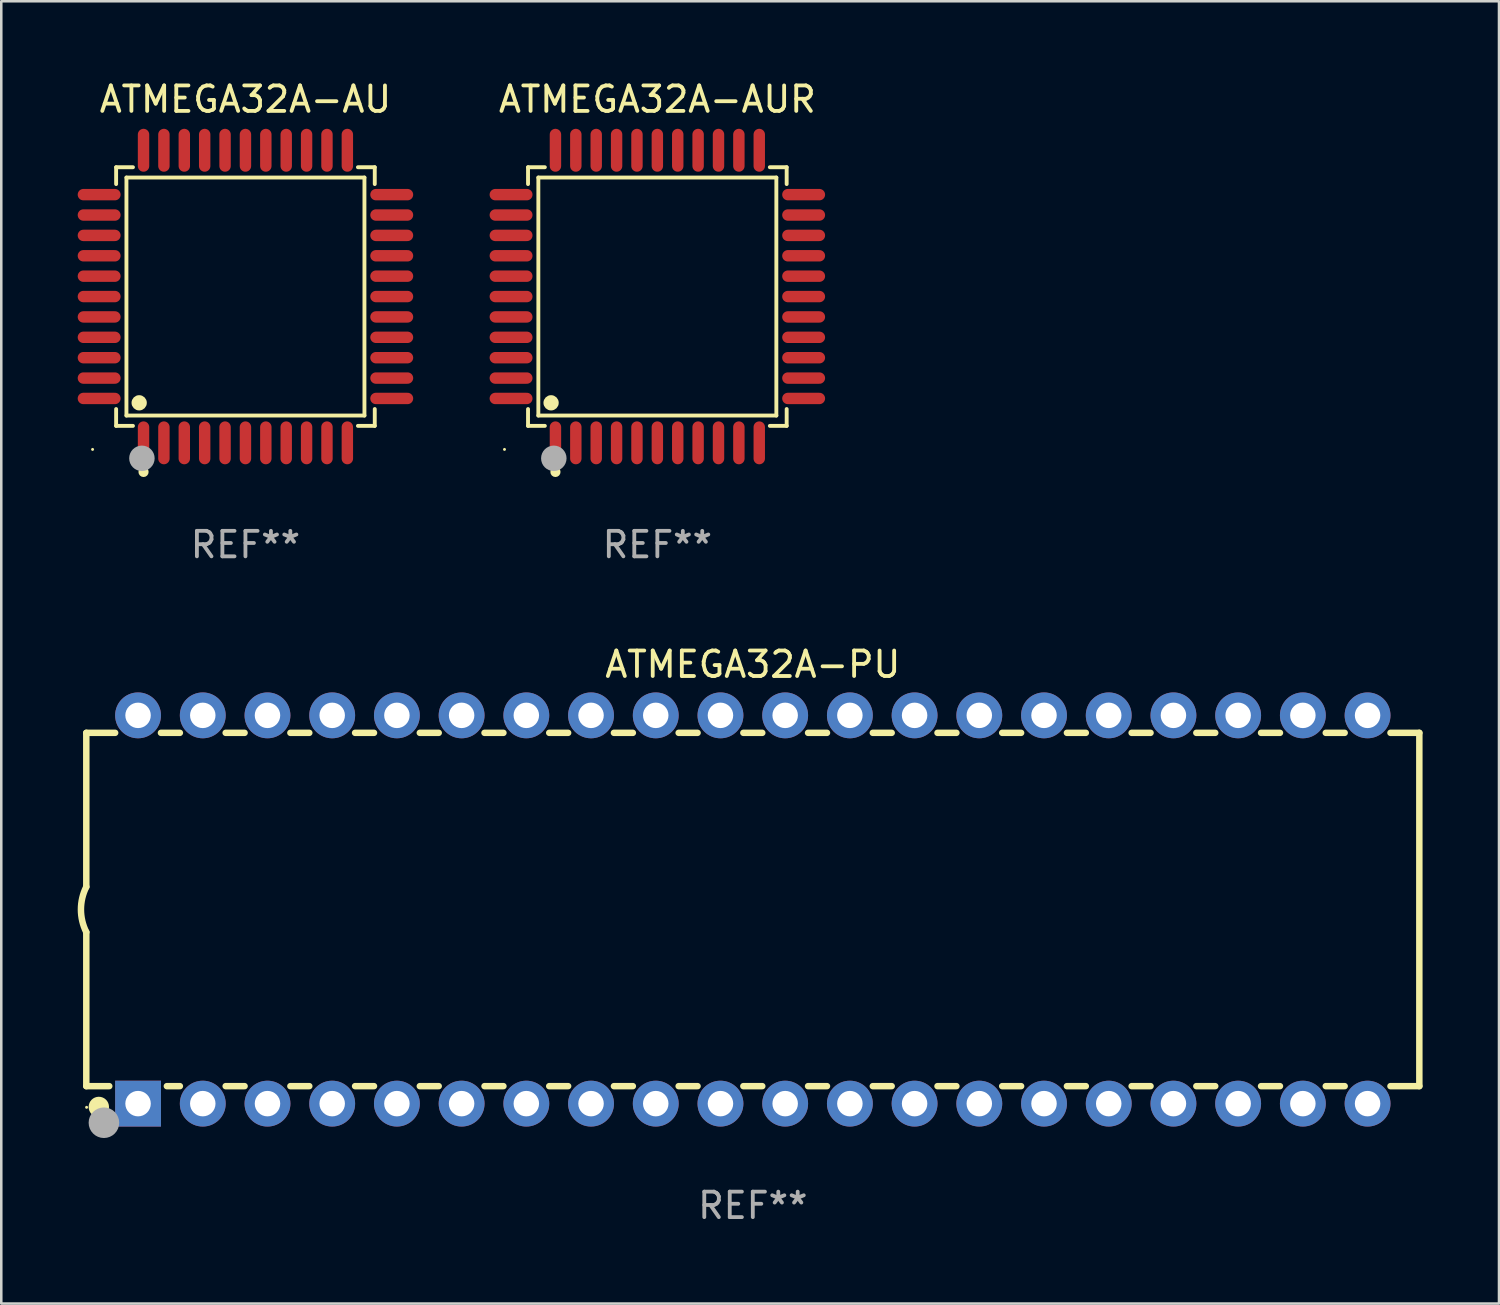
<source format=kicad_pcb>
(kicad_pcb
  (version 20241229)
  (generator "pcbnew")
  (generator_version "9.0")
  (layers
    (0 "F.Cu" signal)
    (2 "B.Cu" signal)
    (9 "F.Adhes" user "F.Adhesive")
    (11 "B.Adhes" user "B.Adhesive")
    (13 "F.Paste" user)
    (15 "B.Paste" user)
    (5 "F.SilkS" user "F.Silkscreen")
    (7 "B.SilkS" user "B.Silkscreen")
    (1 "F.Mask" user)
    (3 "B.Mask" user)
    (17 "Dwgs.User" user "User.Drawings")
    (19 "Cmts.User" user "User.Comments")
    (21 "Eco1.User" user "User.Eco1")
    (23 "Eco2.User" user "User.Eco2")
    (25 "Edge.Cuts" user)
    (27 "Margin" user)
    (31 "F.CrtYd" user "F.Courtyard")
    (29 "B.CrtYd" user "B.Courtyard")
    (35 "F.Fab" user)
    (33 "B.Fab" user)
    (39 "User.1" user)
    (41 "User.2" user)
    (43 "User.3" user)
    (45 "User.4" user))
  (footprint "ATMEGA32A-PU"
    (layer "F.Cu")
    (at 26.499 32.649)
    (property "Reference" "ATMEGA32A-PU" (at 0 -9.62 0) (layer "F.SilkS") (effects (font (size 1 1) (thickness 0.15))))
    (attr through_hole)
    (fp_line (start -26.162 -6.934) (end -26.162 -0.889) (stroke (width 0.254) (type solid)) (layer "F.SilkS"))
    (fp_line (start -26.162 -6.934) (end -25.029 -6.934) (stroke (width 0.254) (type solid)) (layer "F.SilkS"))
    (fp_line (start -26.162 6.934) (end -26.162 0.889) (stroke (width 0.254) (type solid)) (layer "F.SilkS"))
    (fp_line (start -26.162 6.934) (end -25.261 6.934) (stroke (width 0.254) (type solid)) (layer "F.SilkS"))
    (fp_line (start -23.231 -6.934) (end -22.489 -6.934) (stroke (width 0.254) (type solid)) (layer "F.SilkS"))
    (fp_line (start -22.999 6.934) (end -22.489 6.934) (stroke (width 0.254) (type solid)) (layer "F.SilkS"))
    (fp_line (start -20.691 -6.934) (end -19.949 -6.934) (stroke (width 0.254) (type solid)) (layer "F.SilkS"))
    (fp_line (start -20.691 6.934) (end -19.949 6.934) (stroke (width 0.254) (type solid)) (layer "F.SilkS"))
    (fp_line (start -18.151 -6.934) (end -17.409 -6.934) (stroke (width 0.254) (type solid)) (layer "F.SilkS"))
    (fp_line (start -18.151 6.934) (end -17.409 6.934) (stroke (width 0.254) (type solid)) (layer "F.SilkS"))
    (fp_line (start -15.611 -6.934) (end -14.869 -6.934) (stroke (width 0.254) (type solid)) (layer "F.SilkS"))
    (fp_line (start -15.611 6.934) (end -14.869 6.934) (stroke (width 0.254) (type solid)) (layer "F.SilkS"))
    (fp_line (start -13.071 -6.934) (end -12.329 -6.934) (stroke (width 0.254) (type solid)) (layer "F.SilkS"))
    (fp_line (start -13.071 6.934) (end -12.329 6.934) (stroke (width 0.254) (type solid)) (layer "F.SilkS"))
    (fp_line (start -10.531 -6.934) (end -9.789 -6.934) (stroke (width 0.254) (type solid)) (layer "F.SilkS"))
    (fp_line (start -10.531 6.934) (end -9.789 6.934) (stroke (width 0.254) (type solid)) (layer "F.SilkS"))
    (fp_line (start -7.991 -6.934) (end -7.249 -6.934) (stroke (width 0.254) (type solid)) (layer "F.SilkS"))
    (fp_line (start -7.991 6.934) (end -7.249 6.934) (stroke (width 0.254) (type solid)) (layer "F.SilkS"))
    (fp_line (start -5.451 -6.934) (end -4.709 -6.934) (stroke (width 0.254) (type solid)) (layer "F.SilkS"))
    (fp_line (start -5.451 6.934) (end -4.709 6.934) (stroke (width 0.254) (type solid)) (layer "F.SilkS"))
    (fp_line (start -2.911 -6.934) (end -2.169 -6.934) (stroke (width 0.254) (type solid)) (layer "F.SilkS"))
    (fp_line (start -2.911 6.934) (end -2.169 6.934) (stroke (width 0.254) (type solid)) (layer "F.SilkS"))
    (fp_line (start -0.371 -6.934) (end 0.371 -6.934) (stroke (width 0.254) (type solid)) (layer "F.SilkS"))
    (fp_line (start -0.371 6.934) (end 0.371 6.934) (stroke (width 0.254) (type solid)) (layer "F.SilkS"))
    (fp_line (start 2.169 -6.934) (end 2.911 -6.934) (stroke (width 0.254) (type solid)) (layer "F.SilkS"))
    (fp_line (start 2.169 6.934) (end 2.911 6.934) (stroke (width 0.254) (type solid)) (layer "F.SilkS"))
    (fp_line (start 4.709 -6.934) (end 5.451 -6.934) (stroke (width 0.254) (type solid)) (layer "F.SilkS"))
    (fp_line (start 4.709 6.934) (end 5.451 6.934) (stroke (width 0.254) (type solid)) (layer "F.SilkS"))
    (fp_line (start 7.249 -6.934) (end 7.991 -6.934) (stroke (width 0.254) (type solid)) (layer "F.SilkS"))
    (fp_line (start 7.249 6.934) (end 7.991 6.934) (stroke (width 0.254) (type solid)) (layer "F.SilkS"))
    (fp_line (start 9.789 -6.934) (end 10.531 -6.934) (stroke (width 0.254) (type solid)) (layer "F.SilkS"))
    (fp_line (start 9.789 6.934) (end 10.531 6.934) (stroke (width 0.254) (type solid)) (layer "F.SilkS"))
    (fp_line (start 12.329 -6.934) (end 13.071 -6.934) (stroke (width 0.254) (type solid)) (layer "F.SilkS"))
    (fp_line (start 12.329 6.934) (end 13.071 6.934) (stroke (width 0.254) (type solid)) (layer "F.SilkS"))
    (fp_line (start 14.869 -6.934) (end 15.611 -6.934) (stroke (width 0.254) (type solid)) (layer "F.SilkS"))
    (fp_line (start 14.869 6.934) (end 15.611 6.934) (stroke (width 0.254) (type solid)) (layer "F.SilkS"))
    (fp_line (start 17.409 -6.934) (end 18.151 -6.934) (stroke (width 0.254) (type solid)) (layer "F.SilkS"))
    (fp_line (start 17.409 6.934) (end 18.151 6.934) (stroke (width 0.254) (type solid)) (layer "F.SilkS"))
    (fp_line (start 19.949 -6.934) (end 20.691 -6.934) (stroke (width 0.254) (type solid)) (layer "F.SilkS"))
    (fp_line (start 19.949 6.934) (end 20.691 6.934) (stroke (width 0.254) (type solid)) (layer "F.SilkS"))
    (fp_line (start 22.489 -6.934) (end 23.231 -6.934) (stroke (width 0.254) (type solid)) (layer "F.SilkS"))
    (fp_line (start 22.489 6.934) (end 23.231 6.934) (stroke (width 0.254) (type solid)) (layer "F.SilkS"))
    (fp_line (start 25.029 -6.934) (end 26.162 -6.934) (stroke (width 0.254) (type solid)) (layer "F.SilkS"))
    (fp_line (start 25.029 6.934) (end 26.162 6.934) (stroke (width 0.254) (type solid)) (layer "F.SilkS"))
    (fp_line (start 26.162 -6.934) (end 26.162 6.934) (stroke (width 0.254) (type solid)) (layer "F.SilkS"))
    (fp_arc (start -26.162052 0.889001) (mid -26.371917 0) (end -26.162052 -0.889002) (stroke (width 0.254001) (type solid)) (layer "F.SilkS"))
    (fp_circle (center -26.15 7.765) (end -26.12 7.765) (stroke (width 0.06) (type solid)) (fill no) (layer "F.SilkS"))
    (fp_circle (center -25.67 7.75) (end -25.47 7.75) (stroke (width 0.4) (type solid)) (fill no) (layer "F.SilkS"))
    (fp_circle (center -25.47 8.37) (end -25.17 8.37) (stroke (width 0.6) (type solid)) (fill no) (layer "F.Fab"))
    (fp_text user "REF**" (at 0 11.62 0) (layer "F.Fab") (effects (font (size 1 1) (thickness 0.15))))
    (pad "1" thru_hole rect (at -24.13 7.62) (size 1.8 1.8) (drill 1) (layers "*.Cu" "*.Mask"))
    (pad "2" thru_hole circle (at -21.59 7.62) (size 1.8 1.8) (drill 1) (layers "*.Cu" "*.Mask"))
    (pad "3" thru_hole circle (at -19.05 7.62) (size 1.8 1.8) (drill 1) (layers "*.Cu" "*.Mask"))
    (pad "4" thru_hole circle (at -16.51 7.62) (size 1.8 1.8) (drill 1) (layers "*.Cu" "*.Mask"))
    (pad "5" thru_hole circle (at -13.97 7.62) (size 1.8 1.8) (drill 1) (layers "*.Cu" "*.Mask"))
    (pad "6" thru_hole circle (at -11.43 7.62) (size 1.8 1.8) (drill 1) (layers "*.Cu" "*.Mask"))
    (pad "7" thru_hole circle (at -8.89 7.62) (size 1.8 1.8) (drill 1) (layers "*.Cu" "*.Mask"))
    (pad "8" thru_hole circle (at -6.35 7.62) (size 1.8 1.8) (drill 1) (layers "*.Cu" "*.Mask"))
    (pad "9" thru_hole circle (at -3.81 7.62) (size 1.8 1.8) (drill 1) (layers "*.Cu" "*.Mask"))
    (pad "10" thru_hole circle (at -1.27 7.62) (size 1.8 1.8) (drill 1) (layers "*.Cu" "*.Mask"))
    (pad "11" thru_hole circle (at 1.27 7.62) (size 1.8 1.8) (drill 1) (layers "*.Cu" "*.Mask"))
    (pad "12" thru_hole circle (at 3.81 7.62) (size 1.8 1.8) (drill 1) (layers "*.Cu" "*.Mask"))
    (pad "13" thru_hole circle (at 6.35 7.62) (size 1.8 1.8) (drill 1) (layers "*.Cu" "*.Mask"))
    (pad "14" thru_hole circle (at 8.89 7.62) (size 1.8 1.8) (drill 1) (layers "*.Cu" "*.Mask"))
    (pad "15" thru_hole circle (at 11.43 7.62) (size 1.8 1.8) (drill 1) (layers "*.Cu" "*.Mask"))
    (pad "16" thru_hole circle (at 13.97 7.62) (size 1.8 1.8) (drill 1) (layers "*.Cu" "*.Mask"))
    (pad "17" thru_hole circle (at 16.51 7.62) (size 1.8 1.8) (drill 1) (layers "*.Cu" "*.Mask"))
    (pad "18" thru_hole circle (at 19.05 7.62) (size 1.8 1.8) (drill 1) (layers "*.Cu" "*.Mask"))
    (pad "19" thru_hole circle (at 21.59 7.62) (size 1.8 1.8) (drill 1) (layers "*.Cu" "*.Mask"))
    (pad "20" thru_hole circle (at 24.13 7.62) (size 1.8 1.8) (drill 1) (layers "*.Cu" "*.Mask"))
    (pad "21" thru_hole circle (at 24.13 -7.62) (size 1.8 1.8) (drill 1) (layers "*.Cu" "*.Mask"))
    (pad "22" thru_hole circle (at 21.59 -7.62) (size 1.8 1.8) (drill 1) (layers "*.Cu" "*.Mask"))
    (pad "23" thru_hole circle (at 19.05 -7.62) (size 1.8 1.8) (drill 1) (layers "*.Cu" "*.Mask"))
    (pad "24" thru_hole circle (at 16.51 -7.62) (size 1.8 1.8) (drill 1) (layers "*.Cu" "*.Mask"))
    (pad "25" thru_hole circle (at 13.97 -7.62) (size 1.8 1.8) (drill 1) (layers "*.Cu" "*.Mask"))
    (pad "26" thru_hole circle (at 11.43 -7.62) (size 1.8 1.8) (drill 1) (layers "*.Cu" "*.Mask"))
    (pad "27" thru_hole circle (at 8.89 -7.62) (size 1.8 1.8) (drill 1) (layers "*.Cu" "*.Mask"))
    (pad "28" thru_hole circle (at 6.35 -7.62) (size 1.8 1.8) (drill 1) (layers "*.Cu" "*.Mask"))
    (pad "29" thru_hole circle (at 3.81 -7.62) (size 1.8 1.8) (drill 1) (layers "*.Cu" "*.Mask"))
    (pad "30" thru_hole circle (at 1.27 -7.62) (size 1.8 1.8) (drill 1) (layers "*.Cu" "*.Mask"))
    (pad "31" thru_hole circle (at -1.27 -7.62) (size 1.8 1.8) (drill 1) (layers "*.Cu" "*.Mask"))
    (pad "32" thru_hole circle (at -3.81 -7.62) (size 1.8 1.8) (drill 1) (layers "*.Cu" "*.Mask"))
    (pad "33" thru_hole circle (at -6.35 -7.62) (size 1.8 1.8) (drill 1) (layers "*.Cu" "*.Mask"))
    (pad "34" thru_hole circle (at -8.89 -7.62) (size 1.8 1.8) (drill 1) (layers "*.Cu" "*.Mask"))
    (pad "35" thru_hole circle (at -11.43 -7.62) (size 1.8 1.8) (drill 1) (layers "*.Cu" "*.Mask"))
    (pad "36" thru_hole circle (at -13.97 -7.62) (size 1.8 1.8) (drill 1) (layers "*.Cu" "*.Mask"))
    (pad "37" thru_hole circle (at -16.51 -7.62) (size 1.8 1.8) (drill 1) (layers "*.Cu" "*.Mask"))
    (pad "38" thru_hole circle (at -19.05 -7.62) (size 1.8 1.8) (drill 1) (layers "*.Cu" "*.Mask"))
    (pad "39" thru_hole circle (at -21.59 -7.62) (size 1.8 1.8) (drill 1) (layers "*.Cu" "*.Mask"))
    (pad "40" thru_hole circle (at -24.13 -7.62) (size 1.8 1.8) (drill 1) (layers "*.Cu" "*.Mask")))
  (footprint "ATMEGA32A-AUR"
    (layer "F.Cu")
    (at 22.752 8.59)
    (property "Reference" "ATMEGA32A-AUR" (at 0 -7.742 0) (layer "F.SilkS") (effects (font (size 1 1) (thickness 0.15))))
    (attr through_hole)
    (fp_line (start -5.076 -5.076) (end -4.415 -5.076) (stroke (width 0.152) (type solid)) (layer "F.SilkS"))
    (fp_line (start -5.076 -4.415) (end -5.076 -5.076) (stroke (width 0.152) (type solid)) (layer "F.SilkS"))
    (fp_line (start -5.076 4.415) (end -5.076 5.076) (stroke (width 0.152) (type solid)) (layer "F.SilkS"))
    (fp_line (start -5.076 5.076) (end -4.415 5.076) (stroke (width 0.152) (type solid)) (layer "F.SilkS"))
    (fp_line (start -4.671 -4.671) (end 4.671 -4.671) (stroke (width 0.152) (type solid)) (layer "F.SilkS"))
    (fp_line (start -4.671 4.671) (end -4.671 -4.671) (stroke (width 0.152) (type solid)) (layer "F.SilkS"))
    (fp_line (start 4.671 -4.671) (end 4.671 4.671) (stroke (width 0.152) (type solid)) (layer "F.SilkS"))
    (fp_line (start 4.671 4.671) (end -4.671 4.671) (stroke (width 0.152) (type solid)) (layer "F.SilkS"))
    (fp_line (start 5.076 -5.076) (end 4.415 -5.076) (stroke (width 0.152) (type solid)) (layer "F.SilkS"))
    (fp_line (start 5.076 -4.415) (end 5.076 -5.076) (stroke (width 0.152) (type solid)) (layer "F.SilkS"))
    (fp_line (start 5.076 4.415) (end 5.076 5.076) (stroke (width 0.152) (type solid)) (layer "F.SilkS"))
    (fp_line (start 5.076 5.076) (end 4.415 5.076) (stroke (width 0.152) (type solid)) (layer "F.SilkS"))
    (fp_circle (center -6 6) (end -5.97 6) (stroke (width 0.06) (type solid)) (fill no) (layer "F.SilkS"))
    (fp_circle (center -4.171 4.171) (end -4.021 4.171) (stroke (width 0.3) (type solid)) (fill no) (layer "F.SilkS"))
    (fp_circle (center -4 6.884) (end -3.9 6.884) (stroke (width 0.2) (type solid)) (fill no) (layer "F.SilkS"))
    (fp_circle (center -4.064 6.35) (end -3.814 6.35) (stroke (width 0.5) (type solid)) (fill no) (layer "F.Fab"))
    (fp_text user "REF**" (at 0 9.742 0) (layer "F.Fab") (effects (font (size 1 1) (thickness 0.15))))
    (pad "1" smd oval (at -4 5.742) (size 0.448 1.684) (layers "F.Cu" "F.Mask" "F.Paste"))
    (pad "2" smd oval (at -3.2 5.742) (size 0.448 1.684) (layers "F.Cu" "F.Mask" "F.Paste"))
    (pad "3" smd oval (at -2.4 5.742) (size 0.448 1.684) (layers "F.Cu" "F.Mask" "F.Paste"))
    (pad "4" smd oval (at -1.6 5.742) (size 0.448 1.684) (layers "F.Cu" "F.Mask" "F.Paste"))
    (pad "5" smd oval (at -0.8 5.742) (size 0.448 1.684) (layers "F.Cu" "F.Mask" "F.Paste"))
    (pad "6" smd oval (at 0 5.742) (size 0.448 1.684) (layers "F.Cu" "F.Mask" "F.Paste"))
    (pad "7" smd oval (at 0.8 5.742) (size 0.448 1.684) (layers "F.Cu" "F.Mask" "F.Paste"))
    (pad "8" smd oval (at 1.6 5.742) (size 0.448 1.684) (layers "F.Cu" "F.Mask" "F.Paste"))
    (pad "9" smd oval (at 2.4 5.742) (size 0.448 1.684) (layers "F.Cu" "F.Mask" "F.Paste"))
    (pad "10" smd oval (at 3.2 5.742) (size 0.448 1.684) (layers "F.Cu" "F.Mask" "F.Paste"))
    (pad "11" smd oval (at 4 5.742) (size 0.448 1.684) (layers "F.Cu" "F.Mask" "F.Paste"))
    (pad "12" smd oval (at 5.742 4) (size 1.684 0.448) (layers "F.Cu" "F.Mask" "F.Paste"))
    (pad "13" smd oval (at 5.742 3.2) (size 1.684 0.448) (layers "F.Cu" "F.Mask" "F.Paste"))
    (pad "14" smd oval (at 5.742 2.4) (size 1.684 0.448) (layers "F.Cu" "F.Mask" "F.Paste"))
    (pad "15" smd oval (at 5.742 1.6) (size 1.684 0.448) (layers "F.Cu" "F.Mask" "F.Paste"))
    (pad "16" smd oval (at 5.742 0.8) (size 1.684 0.448) (layers "F.Cu" "F.Mask" "F.Paste"))
    (pad "17" smd oval (at 5.742 0) (size 1.684 0.448) (layers "F.Cu" "F.Mask" "F.Paste"))
    (pad "18" smd oval (at 5.742 -0.8) (size 1.684 0.448) (layers "F.Cu" "F.Mask" "F.Paste"))
    (pad "19" smd oval (at 5.742 -1.6) (size 1.684 0.448) (layers "F.Cu" "F.Mask" "F.Paste"))
    (pad "20" smd oval (at 5.742 -2.4) (size 1.684 0.448) (layers "F.Cu" "F.Mask" "F.Paste"))
    (pad "21" smd oval (at 5.742 -3.2) (size 1.684 0.448) (layers "F.Cu" "F.Mask" "F.Paste"))
    (pad "22" smd oval (at 5.742 -4) (size 1.684 0.448) (layers "F.Cu" "F.Mask" "F.Paste"))
    (pad "23" smd oval (at 4 -5.742) (size 0.448 1.684) (layers "F.Cu" "F.Mask" "F.Paste"))
    (pad "24" smd oval (at 3.2 -5.742) (size 0.448 1.684) (layers "F.Cu" "F.Mask" "F.Paste"))
    (pad "25" smd oval (at 2.4 -5.742) (size 0.448 1.684) (layers "F.Cu" "F.Mask" "F.Paste"))
    (pad "26" smd oval (at 1.6 -5.742) (size 0.448 1.684) (layers "F.Cu" "F.Mask" "F.Paste"))
    (pad "27" smd oval (at 0.8 -5.742) (size 0.448 1.684) (layers "F.Cu" "F.Mask" "F.Paste"))
    (pad "28" smd oval (at 0 -5.742) (size 0.448 1.684) (layers "F.Cu" "F.Mask" "F.Paste"))
    (pad "29" smd oval (at -0.8 -5.742) (size 0.448 1.684) (layers "F.Cu" "F.Mask" "F.Paste"))
    (pad "30" smd oval (at -1.6 -5.742) (size 0.448 1.684) (layers "F.Cu" "F.Mask" "F.Paste"))
    (pad "31" smd oval (at -2.4 -5.742) (size 0.448 1.684) (layers "F.Cu" "F.Mask" "F.Paste"))
    (pad "32" smd oval (at -3.2 -5.742) (size 0.448 1.684) (layers "F.Cu" "F.Mask" "F.Paste"))
    (pad "33" smd oval (at -4 -5.742) (size 0.448 1.684) (layers "F.Cu" "F.Mask" "F.Paste"))
    (pad "34" smd oval (at -5.742 -4) (size 1.684 0.448) (layers "F.Cu" "F.Mask" "F.Paste"))
    (pad "35" smd oval (at -5.742 -3.2) (size 1.684 0.448) (layers "F.Cu" "F.Mask" "F.Paste"))
    (pad "36" smd oval (at -5.742 -2.4) (size 1.684 0.448) (layers "F.Cu" "F.Mask" "F.Paste"))
    (pad "37" smd oval (at -5.742 -1.6) (size 1.684 0.448) (layers "F.Cu" "F.Mask" "F.Paste"))
    (pad "38" smd oval (at -5.742 -0.8) (size 1.684 0.448) (layers "F.Cu" "F.Mask" "F.Paste"))
    (pad "39" smd oval (at -5.742 0) (size 1.684 0.448) (layers "F.Cu" "F.Mask" "F.Paste"))
    (pad "40" smd oval (at -5.742 0.8) (size 1.684 0.448) (layers "F.Cu" "F.Mask" "F.Paste"))
    (pad "41" smd oval (at -5.742 1.6) (size 1.684 0.448) (layers "F.Cu" "F.Mask" "F.Paste"))
    (pad "42" smd oval (at -5.742 2.4) (size 1.684 0.448) (layers "F.Cu" "F.Mask" "F.Paste"))
    (pad "43" smd oval (at -5.742 3.2) (size 1.684 0.448) (layers "F.Cu" "F.Mask" "F.Paste"))
    (pad "44" smd oval (at -5.742 4) (size 1.684 0.448) (layers "F.Cu" "F.Mask" "F.Paste")))
  (footprint "ATMEGA32A-AU"
    (layer "F.Cu")
    (at 6.584 8.59)
    (property "Reference" "ATMEGA32A-AU" (at 0 -7.742 0) (layer "F.SilkS") (effects (font (size 1 1) (thickness 0.15))))
    (attr through_hole)
    (fp_line (start -5.076 -5.076) (end -4.415 -5.076) (stroke (width 0.152) (type solid)) (layer "F.SilkS"))
    (fp_line (start -5.076 -4.415) (end -5.076 -5.076) (stroke (width 0.152) (type solid)) (layer "F.SilkS"))
    (fp_line (start -5.076 4.415) (end -5.076 5.076) (stroke (width 0.152) (type solid)) (layer "F.SilkS"))
    (fp_line (start -5.076 5.076) (end -4.415 5.076) (stroke (width 0.152) (type solid)) (layer "F.SilkS"))
    (fp_line (start -4.671 -4.671) (end 4.671 -4.671) (stroke (width 0.152) (type solid)) (layer "F.SilkS"))
    (fp_line (start -4.671 4.671) (end -4.671 -4.671) (stroke (width 0.152) (type solid)) (layer "F.SilkS"))
    (fp_line (start 4.671 -4.671) (end 4.671 4.671) (stroke (width 0.152) (type solid)) (layer "F.SilkS"))
    (fp_line (start 4.671 4.671) (end -4.671 4.671) (stroke (width 0.152) (type solid)) (layer "F.SilkS"))
    (fp_line (start 5.076 -5.076) (end 4.415 -5.076) (stroke (width 0.152) (type solid)) (layer "F.SilkS"))
    (fp_line (start 5.076 -4.415) (end 5.076 -5.076) (stroke (width 0.152) (type solid)) (layer "F.SilkS"))
    (fp_line (start 5.076 4.415) (end 5.076 5.076) (stroke (width 0.152) (type solid)) (layer "F.SilkS"))
    (fp_line (start 5.076 5.076) (end 4.415 5.076) (stroke (width 0.152) (type solid)) (layer "F.SilkS"))
    (fp_circle (center -6 6) (end -5.97 6) (stroke (width 0.06) (type solid)) (fill no) (layer "F.SilkS"))
    (fp_circle (center -4.171 4.171) (end -4.021 4.171) (stroke (width 0.3) (type solid)) (fill no) (layer "F.SilkS"))
    (fp_circle (center -4 6.884) (end -3.9 6.884) (stroke (width 0.2) (type solid)) (fill no) (layer "F.SilkS"))
    (fp_circle (center -4.064 6.35) (end -3.814 6.35) (stroke (width 0.5) (type solid)) (fill no) (layer "F.Fab"))
    (fp_text user "REF**" (at 0 9.742 0) (layer "F.Fab") (effects (font (size 1 1) (thickness 0.15))))
    (pad "1" smd oval (at -4 5.742) (size 0.448 1.684) (layers "F.Cu" "F.Mask" "F.Paste"))
    (pad "2" smd oval (at -3.2 5.742) (size 0.448 1.684) (layers "F.Cu" "F.Mask" "F.Paste"))
    (pad "3" smd oval (at -2.4 5.742) (size 0.448 1.684) (layers "F.Cu" "F.Mask" "F.Paste"))
    (pad "4" smd oval (at -1.6 5.742) (size 0.448 1.684) (layers "F.Cu" "F.Mask" "F.Paste"))
    (pad "5" smd oval (at -0.8 5.742) (size 0.448 1.684) (layers "F.Cu" "F.Mask" "F.Paste"))
    (pad "6" smd oval (at 0 5.742) (size 0.448 1.684) (layers "F.Cu" "F.Mask" "F.Paste"))
    (pad "7" smd oval (at 0.8 5.742) (size 0.448 1.684) (layers "F.Cu" "F.Mask" "F.Paste"))
    (pad "8" smd oval (at 1.6 5.742) (size 0.448 1.684) (layers "F.Cu" "F.Mask" "F.Paste"))
    (pad "9" smd oval (at 2.4 5.742) (size 0.448 1.684) (layers "F.Cu" "F.Mask" "F.Paste"))
    (pad "10" smd oval (at 3.2 5.742) (size 0.448 1.684) (layers "F.Cu" "F.Mask" "F.Paste"))
    (pad "11" smd oval (at 4 5.742) (size 0.448 1.684) (layers "F.Cu" "F.Mask" "F.Paste"))
    (pad "12" smd oval (at 5.742 4) (size 1.684 0.448) (layers "F.Cu" "F.Mask" "F.Paste"))
    (pad "13" smd oval (at 5.742 3.2) (size 1.684 0.448) (layers "F.Cu" "F.Mask" "F.Paste"))
    (pad "14" smd oval (at 5.742 2.4) (size 1.684 0.448) (layers "F.Cu" "F.Mask" "F.Paste"))
    (pad "15" smd oval (at 5.742 1.6) (size 1.684 0.448) (layers "F.Cu" "F.Mask" "F.Paste"))
    (pad "16" smd oval (at 5.742 0.8) (size 1.684 0.448) (layers "F.Cu" "F.Mask" "F.Paste"))
    (pad "17" smd oval (at 5.742 0) (size 1.684 0.448) (layers "F.Cu" "F.Mask" "F.Paste"))
    (pad "18" smd oval (at 5.742 -0.8) (size 1.684 0.448) (layers "F.Cu" "F.Mask" "F.Paste"))
    (pad "19" smd oval (at 5.742 -1.6) (size 1.684 0.448) (layers "F.Cu" "F.Mask" "F.Paste"))
    (pad "20" smd oval (at 5.742 -2.4) (size 1.684 0.448) (layers "F.Cu" "F.Mask" "F.Paste"))
    (pad "21" smd oval (at 5.742 -3.2) (size 1.684 0.448) (layers "F.Cu" "F.Mask" "F.Paste"))
    (pad "22" smd oval (at 5.742 -4) (size 1.684 0.448) (layers "F.Cu" "F.Mask" "F.Paste"))
    (pad "23" smd oval (at 4 -5.742) (size 0.448 1.684) (layers "F.Cu" "F.Mask" "F.Paste"))
    (pad "24" smd oval (at 3.2 -5.742) (size 0.448 1.684) (layers "F.Cu" "F.Mask" "F.Paste"))
    (pad "25" smd oval (at 2.4 -5.742) (size 0.448 1.684) (layers "F.Cu" "F.Mask" "F.Paste"))
    (pad "26" smd oval (at 1.6 -5.742) (size 0.448 1.684) (layers "F.Cu" "F.Mask" "F.Paste"))
    (pad "27" smd oval (at 0.8 -5.742) (size 0.448 1.684) (layers "F.Cu" "F.Mask" "F.Paste"))
    (pad "28" smd oval (at 0 -5.742) (size 0.448 1.684) (layers "F.Cu" "F.Mask" "F.Paste"))
    (pad "29" smd oval (at -0.8 -5.742) (size 0.448 1.684) (layers "F.Cu" "F.Mask" "F.Paste"))
    (pad "30" smd oval (at -1.6 -5.742) (size 0.448 1.684) (layers "F.Cu" "F.Mask" "F.Paste"))
    (pad "31" smd oval (at -2.4 -5.742) (size 0.448 1.684) (layers "F.Cu" "F.Mask" "F.Paste"))
    (pad "32" smd oval (at -3.2 -5.742) (size 0.448 1.684) (layers "F.Cu" "F.Mask" "F.Paste"))
    (pad "33" smd oval (at -4 -5.742) (size 0.448 1.684) (layers "F.Cu" "F.Mask" "F.Paste"))
    (pad "34" smd oval (at -5.742 -4) (size 1.684 0.448) (layers "F.Cu" "F.Mask" "F.Paste"))
    (pad "35" smd oval (at -5.742 -3.2) (size 1.684 0.448) (layers "F.Cu" "F.Mask" "F.Paste"))
    (pad "36" smd oval (at -5.742 -2.4) (size 1.684 0.448) (layers "F.Cu" "F.Mask" "F.Paste"))
    (pad "37" smd oval (at -5.742 -1.6) (size 1.684 0.448) (layers "F.Cu" "F.Mask" "F.Paste"))
    (pad "38" smd oval (at -5.742 -0.8) (size 1.684 0.448) (layers "F.Cu" "F.Mask" "F.Paste"))
    (pad "39" smd oval (at -5.742 0) (size 1.684 0.448) (layers "F.Cu" "F.Mask" "F.Paste"))
    (pad "40" smd oval (at -5.742 0.8) (size 1.684 0.448) (layers "F.Cu" "F.Mask" "F.Paste"))
    (pad "41" smd oval (at -5.742 1.6) (size 1.684 0.448) (layers "F.Cu" "F.Mask" "F.Paste"))
    (pad "42" smd oval (at -5.742 2.4) (size 1.684 0.448) (layers "F.Cu" "F.Mask" "F.Paste"))
    (pad "43" smd oval (at -5.742 3.2) (size 1.684 0.448) (layers "F.Cu" "F.Mask" "F.Paste"))
    (pad "44" smd oval (at -5.742 4) (size 1.684 0.448) (layers "F.Cu" "F.Mask" "F.Paste")))
  (gr_rect
    (start -3 -3)
    (end 55.788 48.117)
    (stroke (width 0.1) (type default))
    (fill no)
    (layer "Edge.Cuts")))
</source>
